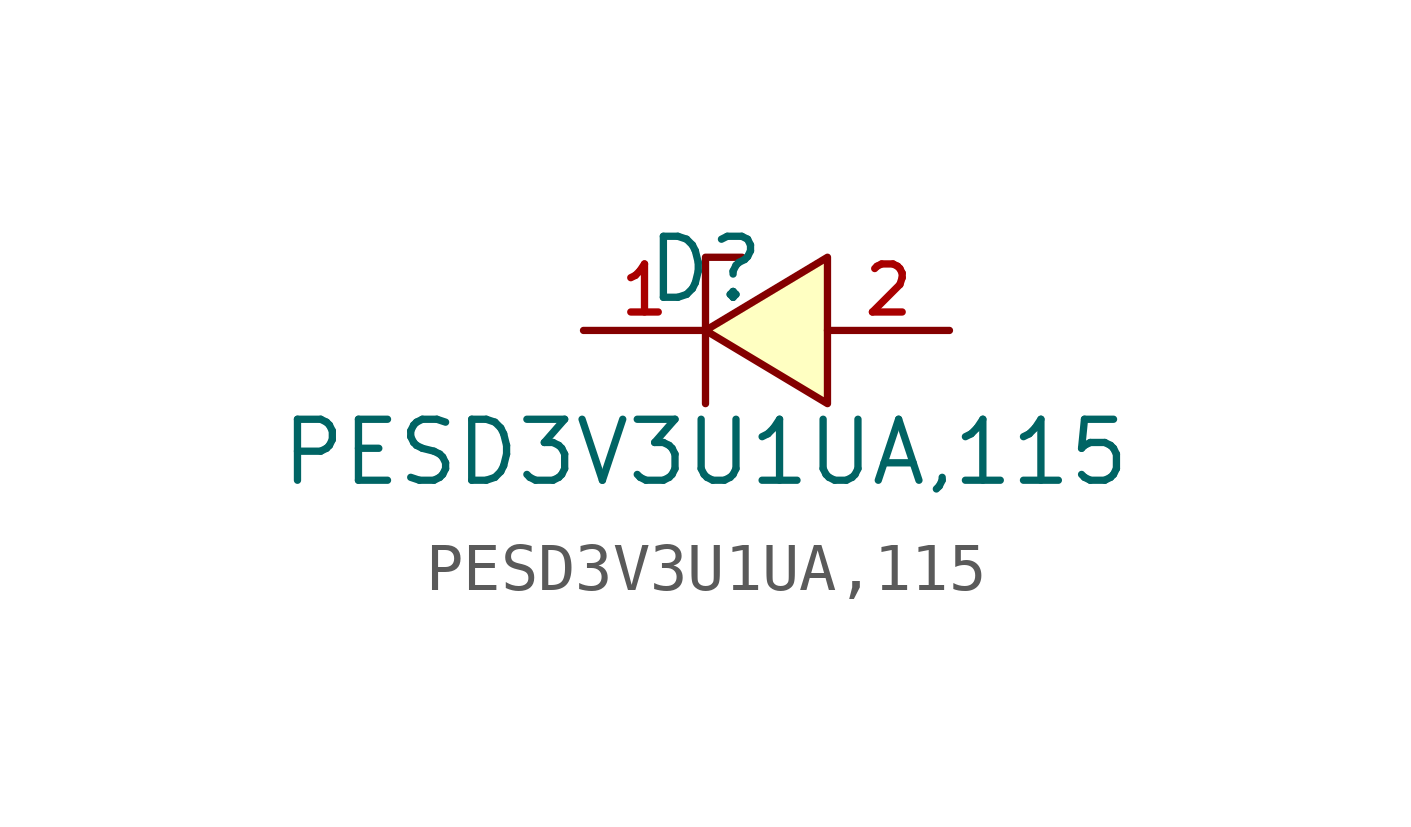
<source format=kicad_sym>
(kicad_symbol_lib
  (version 20210201)
  (generator TousstNicolas/JLC2KiCad_lib)
  (symbol "PESD3V3U1UA,115"
    (pin_names hide)
    (property "Reference" "D"
      (at 0 1.27 0)
      (effects (font (size 1.27 1.27))))
    (property "Value" "PESD3V3U1UA,115"
      (at 0 -2.54 0)
      (effects (font (size 1.27 1.27))))
    (symbol "PESD3V3U1UA,115_0_1"
      (pin unspecified line (at 5.08 -0.0 180) (length 2.54) (name "2" (effects (font (size 1 1)))) (number "2" (effects (font (size 1 1)))))
      (pin unspecified line (at -2.54 -0.0 0) (length 2.54) (name "1" (effects (font (size 1 1)))) (number "1" (effects (font (size 1 1)))))
      (polyline (pts (xy 0.0 -1.524) (xy 0.0 1.524) (xy 0.762 1.524)) (stroke (width 0) (type default) (color 0 0 0 0)) (fill (type none)))
      (polyline (pts (xy 2.54 1.524) (xy 0.0 -0.0) (xy 2.54 -1.524) (xy 2.54 1.524)) (stroke (width 0) (type default) (color 0 0 0 0)) (fill (type background))))))
</source>
